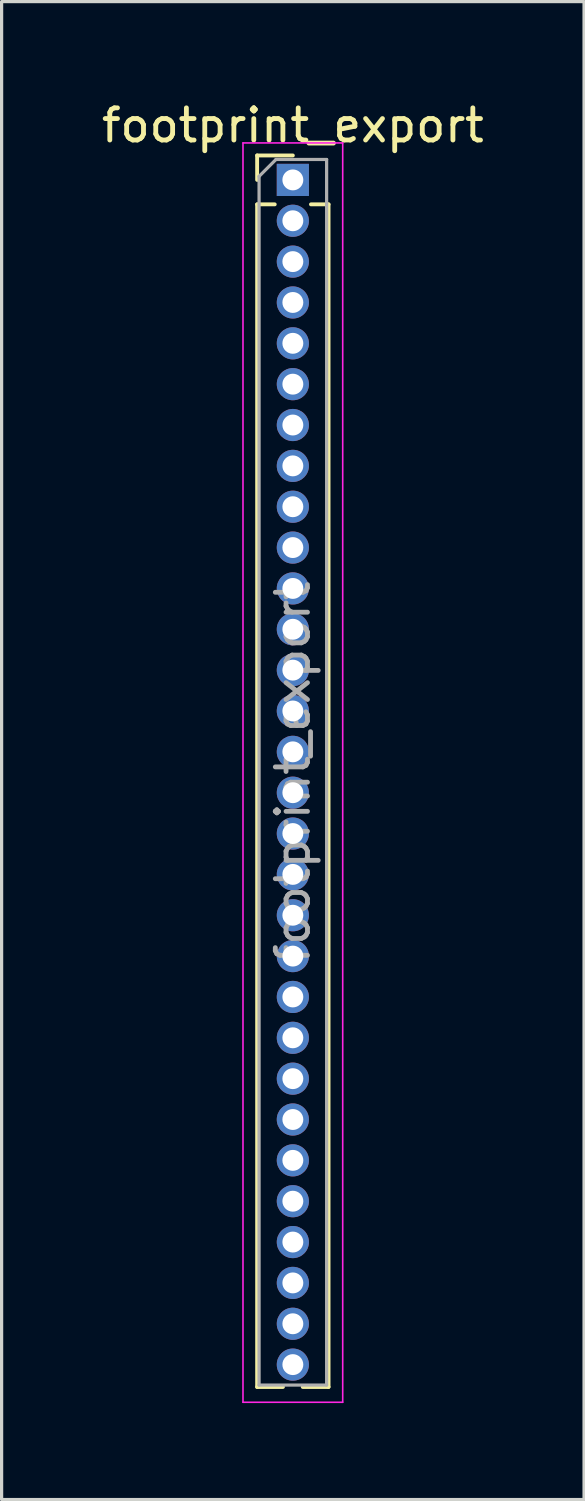
<source format=kicad_pcb>
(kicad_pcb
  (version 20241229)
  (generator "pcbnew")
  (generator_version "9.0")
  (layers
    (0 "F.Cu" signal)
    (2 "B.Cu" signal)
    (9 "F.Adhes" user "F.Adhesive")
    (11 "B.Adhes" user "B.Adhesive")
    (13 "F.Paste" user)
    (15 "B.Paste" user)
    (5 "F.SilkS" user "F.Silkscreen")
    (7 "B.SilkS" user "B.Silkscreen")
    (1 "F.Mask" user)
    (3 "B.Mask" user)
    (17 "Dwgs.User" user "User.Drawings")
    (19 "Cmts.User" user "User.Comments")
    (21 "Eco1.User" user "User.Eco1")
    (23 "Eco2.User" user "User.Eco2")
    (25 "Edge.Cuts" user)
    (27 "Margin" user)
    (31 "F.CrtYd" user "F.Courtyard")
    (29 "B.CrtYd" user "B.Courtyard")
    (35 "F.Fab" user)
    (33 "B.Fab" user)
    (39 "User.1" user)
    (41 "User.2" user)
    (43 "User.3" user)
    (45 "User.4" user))
  (footprint "footprint_export"
    (layer "F.Cu")
    (at 6.054 2.543)
    (property "Reference" "footprint_export" (at 0 -1.695 0) (layer "F.SilkS") (effects (font (size 1 1) (thickness 0.15))))
    (attr through_hole)
    (fp_line (start -1.11 -0.76) (end 0 -0.76) (stroke (width 0.12) (type solid)) (layer "F.SilkS"))
    (fp_line (start -1.11 0) (end -1.11 -0.76) (stroke (width 0.12) (type solid)) (layer "F.SilkS"))
    (fp_line (start -1.11 0.76) (end -1.11 37.525) (stroke (width 0.12) (type solid)) (layer "F.SilkS"))
    (fp_line (start -1.11 0.76) (end -0.563 0.76) (stroke (width 0.12) (type solid)) (layer "F.SilkS"))
    (fp_line (start -1.11 37.525) (end -0.308 37.525) (stroke (width 0.12) (type solid)) (layer "F.SilkS"))
    (fp_line (start 0.308 37.525) (end 1.11 37.525) (stroke (width 0.12) (type solid)) (layer "F.SilkS"))
    (fp_line (start 0.563 0.76) (end 1.11 0.76) (stroke (width 0.12) (type solid)) (layer "F.SilkS"))
    (fp_line (start 1.11 0.76) (end 1.11 37.525) (stroke (width 0.12) (type solid)) (layer "F.SilkS"))
    (fp_line (start -1.55 -1.15) (end -1.55 38) (stroke (width 0.05) (type solid)) (layer "F.CrtYd"))
    (fp_line (start -1.55 38) (end 1.55 38) (stroke (width 0.05) (type solid)) (layer "F.CrtYd"))
    (fp_line (start 1.55 -1.15) (end -1.55 -1.15) (stroke (width 0.05) (type solid)) (layer "F.CrtYd"))
    (fp_line (start 1.55 38) (end 1.55 -1.15) (stroke (width 0.05) (type solid)) (layer "F.CrtYd"))
    (fp_line (start -1.05 -0.11) (end -0.525 -0.635) (stroke (width 0.1) (type solid)) (layer "F.Fab"))
    (fp_line (start -1.05 37.465) (end -1.05 -0.11) (stroke (width 0.1) (type solid)) (layer "F.Fab"))
    (fp_line (start -0.525 -0.635) (end 1.05 -0.635) (stroke (width 0.1) (type solid)) (layer "F.Fab"))
    (fp_line (start 1.05 -0.635) (end 1.05 37.465) (stroke (width 0.1) (type solid)) (layer "F.Fab"))
    (fp_line (start 1.05 37.465) (end -1.05 37.465) (stroke (width 0.1) (type solid)) (layer "F.Fab"))
    (fp_text user "${REFERENCE}" (at 0 18.415 90) (layer "F.Fab") (effects (font (size 1 1) (thickness 0.15))))
    (pad "1" thru_hole rect (at 0 0) (size 1 1) (drill 0.65) (layers "*.Cu" "*.Mask"))
    (pad "2" thru_hole oval (at 0 1.27) (size 1 1) (drill 0.65) (layers "*.Cu" "*.Mask"))
    (pad "3" thru_hole oval (at 0 2.54) (size 1 1) (drill 0.65) (layers "*.Cu" "*.Mask"))
    (pad "4" thru_hole oval (at 0 3.81) (size 1 1) (drill 0.65) (layers "*.Cu" "*.Mask"))
    (pad "5" thru_hole oval (at 0 5.08) (size 1 1) (drill 0.65) (layers "*.Cu" "*.Mask"))
    (pad "6" thru_hole oval (at 0 6.35) (size 1 1) (drill 0.65) (layers "*.Cu" "*.Mask"))
    (pad "7" thru_hole oval (at 0 7.62) (size 1 1) (drill 0.65) (layers "*.Cu" "*.Mask"))
    (pad "8" thru_hole oval (at 0 8.89) (size 1 1) (drill 0.65) (layers "*.Cu" "*.Mask"))
    (pad "9" thru_hole oval (at 0 10.16) (size 1 1) (drill 0.65) (layers "*.Cu" "*.Mask"))
    (pad "10" thru_hole oval (at 0 11.43) (size 1 1) (drill 0.65) (layers "*.Cu" "*.Mask"))
    (pad "11" thru_hole oval (at 0 12.7) (size 1 1) (drill 0.65) (layers "*.Cu" "*.Mask"))
    (pad "12" thru_hole oval (at 0 13.97) (size 1 1) (drill 0.65) (layers "*.Cu" "*.Mask"))
    (pad "13" thru_hole oval (at 0 15.24) (size 1 1) (drill 0.65) (layers "*.Cu" "*.Mask"))
    (pad "14" thru_hole oval (at 0 16.51) (size 1 1) (drill 0.65) (layers "*.Cu" "*.Mask"))
    (pad "15" thru_hole oval (at 0 17.78) (size 1 1) (drill 0.65) (layers "*.Cu" "*.Mask"))
    (pad "16" thru_hole oval (at 0 19.05) (size 1 1) (drill 0.65) (layers "*.Cu" "*.Mask"))
    (pad "17" thru_hole oval (at 0 20.32) (size 1 1) (drill 0.65) (layers "*.Cu" "*.Mask"))
    (pad "18" thru_hole oval (at 0 21.59) (size 1 1) (drill 0.65) (layers "*.Cu" "*.Mask"))
    (pad "19" thru_hole oval (at 0 22.86) (size 1 1) (drill 0.65) (layers "*.Cu" "*.Mask"))
    (pad "20" thru_hole oval (at 0 24.13) (size 1 1) (drill 0.65) (layers "*.Cu" "*.Mask"))
    (pad "21" thru_hole oval (at 0 25.4) (size 1 1) (drill 0.65) (layers "*.Cu" "*.Mask"))
    (pad "22" thru_hole oval (at 0 26.67) (size 1 1) (drill 0.65) (layers "*.Cu" "*.Mask"))
    (pad "23" thru_hole oval (at 0 27.94) (size 1 1) (drill 0.65) (layers "*.Cu" "*.Mask"))
    (pad "24" thru_hole oval (at 0 29.21) (size 1 1) (drill 0.65) (layers "*.Cu" "*.Mask"))
    (pad "25" thru_hole oval (at 0 30.48) (size 1 1) (drill 0.65) (layers "*.Cu" "*.Mask"))
    (pad "26" thru_hole oval (at 0 31.75) (size 1 1) (drill 0.65) (layers "*.Cu" "*.Mask"))
    (pad "27" thru_hole oval (at 0 33.02) (size 1 1) (drill 0.65) (layers "*.Cu" "*.Mask"))
    (pad "28" thru_hole oval (at 0 34.29) (size 1 1) (drill 0.65) (layers "*.Cu" "*.Mask"))
    (pad "29" thru_hole oval (at 0 35.56) (size 1 1) (drill 0.65) (layers "*.Cu" "*.Mask"))
    (pad "30" thru_hole oval (at 0 36.83) (size 1 1) (drill 0.65) (layers "*.Cu" "*.Mask")))
  (gr_rect
    (start -3 -3)
    (end 15.107 43.568)
    (stroke (width 0.1) (type default))
    (fill no)
    (layer "Edge.Cuts")))
</source>
